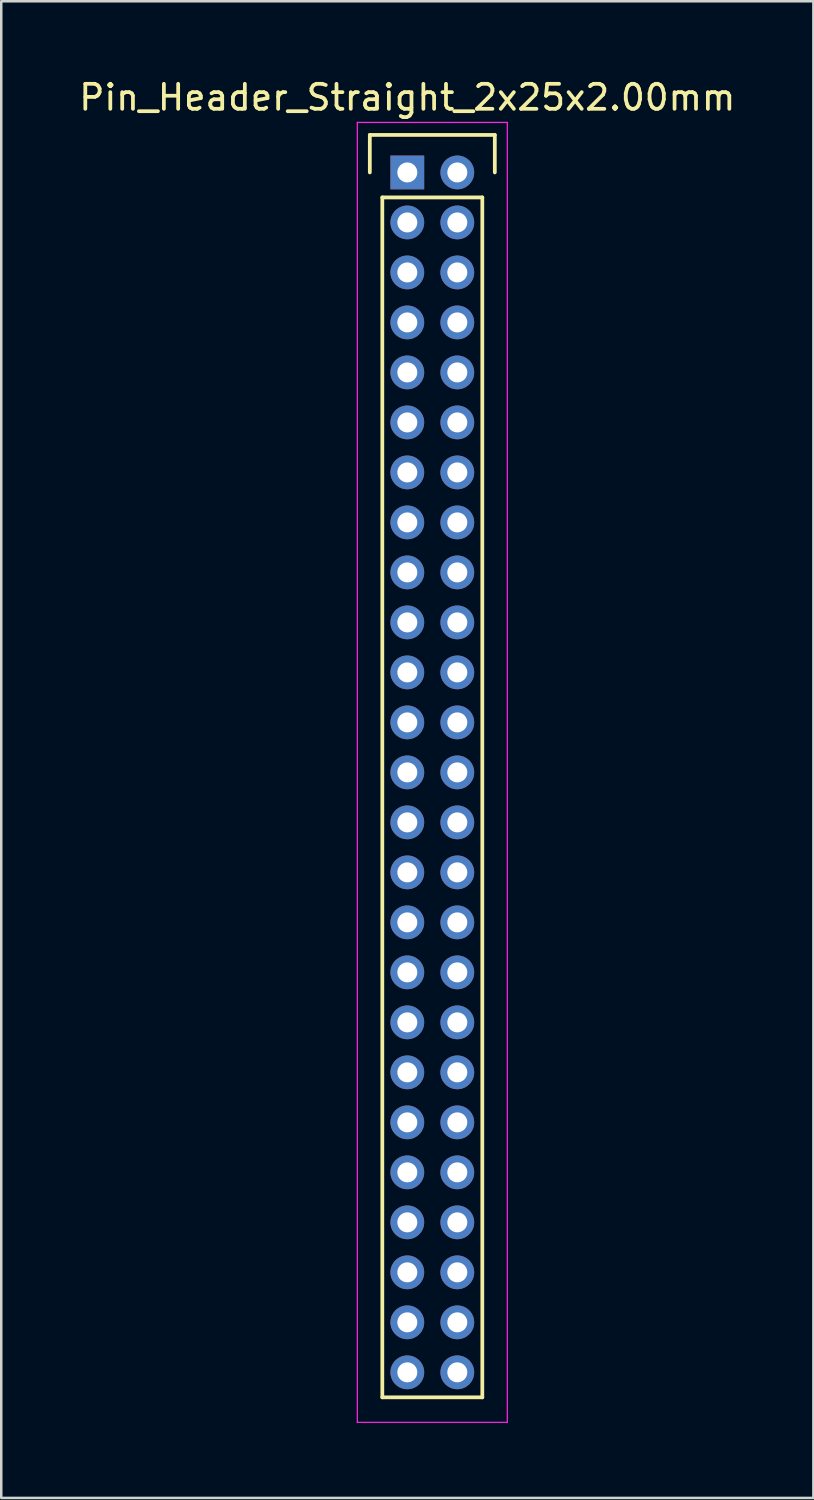
<source format=kicad_pcb>
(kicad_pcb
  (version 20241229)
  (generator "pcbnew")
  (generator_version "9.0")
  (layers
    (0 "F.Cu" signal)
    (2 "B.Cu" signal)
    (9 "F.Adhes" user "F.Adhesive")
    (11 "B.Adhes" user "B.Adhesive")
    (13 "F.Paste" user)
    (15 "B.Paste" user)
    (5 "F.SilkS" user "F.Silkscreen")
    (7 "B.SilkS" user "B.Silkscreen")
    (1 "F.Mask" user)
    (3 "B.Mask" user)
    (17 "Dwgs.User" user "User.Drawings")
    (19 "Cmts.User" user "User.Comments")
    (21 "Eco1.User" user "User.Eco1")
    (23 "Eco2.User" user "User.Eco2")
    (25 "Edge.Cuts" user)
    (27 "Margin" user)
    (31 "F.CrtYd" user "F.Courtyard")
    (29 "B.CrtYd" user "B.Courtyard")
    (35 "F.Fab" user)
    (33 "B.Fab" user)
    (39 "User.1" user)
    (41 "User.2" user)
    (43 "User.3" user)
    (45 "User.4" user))
  (footprint "Pin_Header_Straight_2x25x2.00mm"
    (layer "F.Cu")
    (at 13.244 3.848)
    (property "Reference" "Pin_Header_Straight_2x25x2.00mm" (at 0 -3 0) (layer "F.SilkS") (effects (font (size 1 1) (thickness 0.15))))
    (attr through_hole)
    (fp_line (start -1.5 -1.5) (end 3.5 -1.5) (stroke (width 0.15) (type solid)) (layer "F.SilkS"))
    (fp_line (start -1.5 0) (end -1.5 -1.5) (stroke (width 0.15) (type solid)) (layer "F.SilkS"))
    (fp_line (start -1 1) (end 3 1) (stroke (width 0.15) (type solid)) (layer "F.SilkS"))
    (fp_line (start -1 49) (end -1 1) (stroke (width 0.15) (type solid)) (layer "F.SilkS"))
    (fp_line (start 3 1) (end 3 49) (stroke (width 0.15) (type solid)) (layer "F.SilkS"))
    (fp_line (start 3 49) (end -1 49) (stroke (width 0.15) (type solid)) (layer "F.SilkS"))
    (fp_line (start 3.5 -1.5) (end 3.5 0) (stroke (width 0.15) (type solid)) (layer "F.SilkS"))
    (fp_line (start -2 -2) (end 4 -2) (stroke (width 0.05) (type solid)) (layer "F.CrtYd"))
    (fp_line (start -2 50) (end -2 -2) (stroke (width 0.05) (type solid)) (layer "F.CrtYd"))
    (fp_line (start 4 -2) (end 4 50) (stroke (width 0.05) (type solid)) (layer "F.CrtYd"))
    (fp_line (start 4 50) (end -2 50) (stroke (width 0.05) (type solid)) (layer "F.CrtYd"))
    (pad "1" thru_hole rect (at 0 0) (size 1.35 1.35) (drill 0.8) (layers "*.Cu" "*.Mask"))
    (pad "2" thru_hole circle (at 2 0) (size 1.35 1.35) (drill 0.8) (layers "*.Cu" "*.Mask"))
    (pad "3" thru_hole circle (at 0 2) (size 1.35 1.35) (drill 0.8) (layers "*.Cu" "*.Mask"))
    (pad "4" thru_hole circle (at 2 2) (size 1.35 1.35) (drill 0.8) (layers "*.Cu" "*.Mask"))
    (pad "5" thru_hole circle (at 0 4) (size 1.35 1.35) (drill 0.8) (layers "*.Cu" "*.Mask"))
    (pad "6" thru_hole circle (at 2 4) (size 1.35 1.35) (drill 0.8) (layers "*.Cu" "*.Mask"))
    (pad "7" thru_hole circle (at 0 6) (size 1.35 1.35) (drill 0.8) (layers "*.Cu" "*.Mask"))
    (pad "8" thru_hole circle (at 2 6) (size 1.35 1.35) (drill 0.8) (layers "*.Cu" "*.Mask"))
    (pad "9" thru_hole circle (at 0 8) (size 1.35 1.35) (drill 0.8) (layers "*.Cu" "*.Mask"))
    (pad "10" thru_hole circle (at 2 8) (size 1.35 1.35) (drill 0.8) (layers "*.Cu" "*.Mask"))
    (pad "11" thru_hole circle (at 0 10) (size 1.35 1.35) (drill 0.8) (layers "*.Cu" "*.Mask"))
    (pad "12" thru_hole circle (at 2 10) (size 1.35 1.35) (drill 0.8) (layers "*.Cu" "*.Mask"))
    (pad "13" thru_hole circle (at 0 12) (size 1.35 1.35) (drill 0.8) (layers "*.Cu" "*.Mask"))
    (pad "14" thru_hole circle (at 2 12) (size 1.35 1.35) (drill 0.8) (layers "*.Cu" "*.Mask"))
    (pad "15" thru_hole circle (at 0 14) (size 1.35 1.35) (drill 0.8) (layers "*.Cu" "*.Mask"))
    (pad "16" thru_hole circle (at 2 14) (size 1.35 1.35) (drill 0.8) (layers "*.Cu" "*.Mask"))
    (pad "17" thru_hole circle (at 0 16) (size 1.35 1.35) (drill 0.8) (layers "*.Cu" "*.Mask"))
    (pad "18" thru_hole circle (at 2 16) (size 1.35 1.35) (drill 0.8) (layers "*.Cu" "*.Mask"))
    (pad "19" thru_hole circle (at 0 18) (size 1.35 1.35) (drill 0.8) (layers "*.Cu" "*.Mask"))
    (pad "20" thru_hole circle (at 2 18) (size 1.35 1.35) (drill 0.8) (layers "*.Cu" "*.Mask"))
    (pad "21" thru_hole circle (at 0 20) (size 1.35 1.35) (drill 0.8) (layers "*.Cu" "*.Mask"))
    (pad "22" thru_hole circle (at 2 20) (size 1.35 1.35) (drill 0.8) (layers "*.Cu" "*.Mask"))
    (pad "23" thru_hole circle (at 0 22) (size 1.35 1.35) (drill 0.8) (layers "*.Cu" "*.Mask"))
    (pad "24" thru_hole circle (at 2 22) (size 1.35 1.35) (drill 0.8) (layers "*.Cu" "*.Mask"))
    (pad "25" thru_hole circle (at 0 24) (size 1.35 1.35) (drill 0.8) (layers "*.Cu" "*.Mask"))
    (pad "26" thru_hole circle (at 2 24) (size 1.35 1.35) (drill 0.8) (layers "*.Cu" "*.Mask"))
    (pad "27" thru_hole circle (at 0 26) (size 1.35 1.35) (drill 0.8) (layers "*.Cu" "*.Mask"))
    (pad "28" thru_hole circle (at 2 26) (size 1.35 1.35) (drill 0.8) (layers "*.Cu" "*.Mask"))
    (pad "29" thru_hole circle (at 0 28) (size 1.35 1.35) (drill 0.8) (layers "*.Cu" "*.Mask"))
    (pad "30" thru_hole circle (at 2 28) (size 1.35 1.35) (drill 0.8) (layers "*.Cu" "*.Mask"))
    (pad "31" thru_hole circle (at 0 30) (size 1.35 1.35) (drill 0.8) (layers "*.Cu" "*.Mask"))
    (pad "32" thru_hole circle (at 2 30) (size 1.35 1.35) (drill 0.8) (layers "*.Cu" "*.Mask"))
    (pad "33" thru_hole circle (at 0 32) (size 1.35 1.35) (drill 0.8) (layers "*.Cu" "*.Mask"))
    (pad "34" thru_hole circle (at 2 32) (size 1.35 1.35) (drill 0.8) (layers "*.Cu" "*.Mask"))
    (pad "35" thru_hole circle (at 0 34) (size 1.35 1.35) (drill 0.8) (layers "*.Cu" "*.Mask"))
    (pad "36" thru_hole circle (at 2 34) (size 1.35 1.35) (drill 0.8) (layers "*.Cu" "*.Mask"))
    (pad "37" thru_hole circle (at 0 36) (size 1.35 1.35) (drill 0.8) (layers "*.Cu" "*.Mask"))
    (pad "38" thru_hole circle (at 2 36) (size 1.35 1.35) (drill 0.8) (layers "*.Cu" "*.Mask"))
    (pad "39" thru_hole circle (at 0 38) (size 1.35 1.35) (drill 0.8) (layers "*.Cu" "*.Mask"))
    (pad "40" thru_hole circle (at 2 38) (size 1.35 1.35) (drill 0.8) (layers "*.Cu" "*.Mask"))
    (pad "41" thru_hole circle (at 0 40) (size 1.35 1.35) (drill 0.8) (layers "*.Cu" "*.Mask"))
    (pad "42" thru_hole circle (at 2 40) (size 1.35 1.35) (drill 0.8) (layers "*.Cu" "*.Mask"))
    (pad "43" thru_hole circle (at 0 42) (size 1.35 1.35) (drill 0.8) (layers "*.Cu" "*.Mask"))
    (pad "44" thru_hole circle (at 2 42) (size 1.35 1.35) (drill 0.8) (layers "*.Cu" "*.Mask"))
    (pad "45" thru_hole circle (at 0 44) (size 1.35 1.35) (drill 0.8) (layers "*.Cu" "*.Mask"))
    (pad "46" thru_hole circle (at 2 44) (size 1.35 1.35) (drill 0.8) (layers "*.Cu" "*.Mask"))
    (pad "47" thru_hole circle (at 0 46) (size 1.35 1.35) (drill 0.8) (layers "*.Cu" "*.Mask"))
    (pad "48" thru_hole circle (at 2 46) (size 1.35 1.35) (drill 0.8) (layers "*.Cu" "*.Mask"))
    (pad "49" thru_hole circle (at 0 48) (size 1.35 1.35) (drill 0.8) (layers "*.Cu" "*.Mask"))
    (pad "50" thru_hole circle (at 2 48) (size 1.35 1.35) (drill 0.8) (layers "*.Cu" "*.Mask")))
  (gr_rect
    (start -3 -3)
    (end 29.488 56.873)
    (stroke (width 0.1) (type default))
    (fill no)
    (layer "Edge.Cuts")))
</source>
